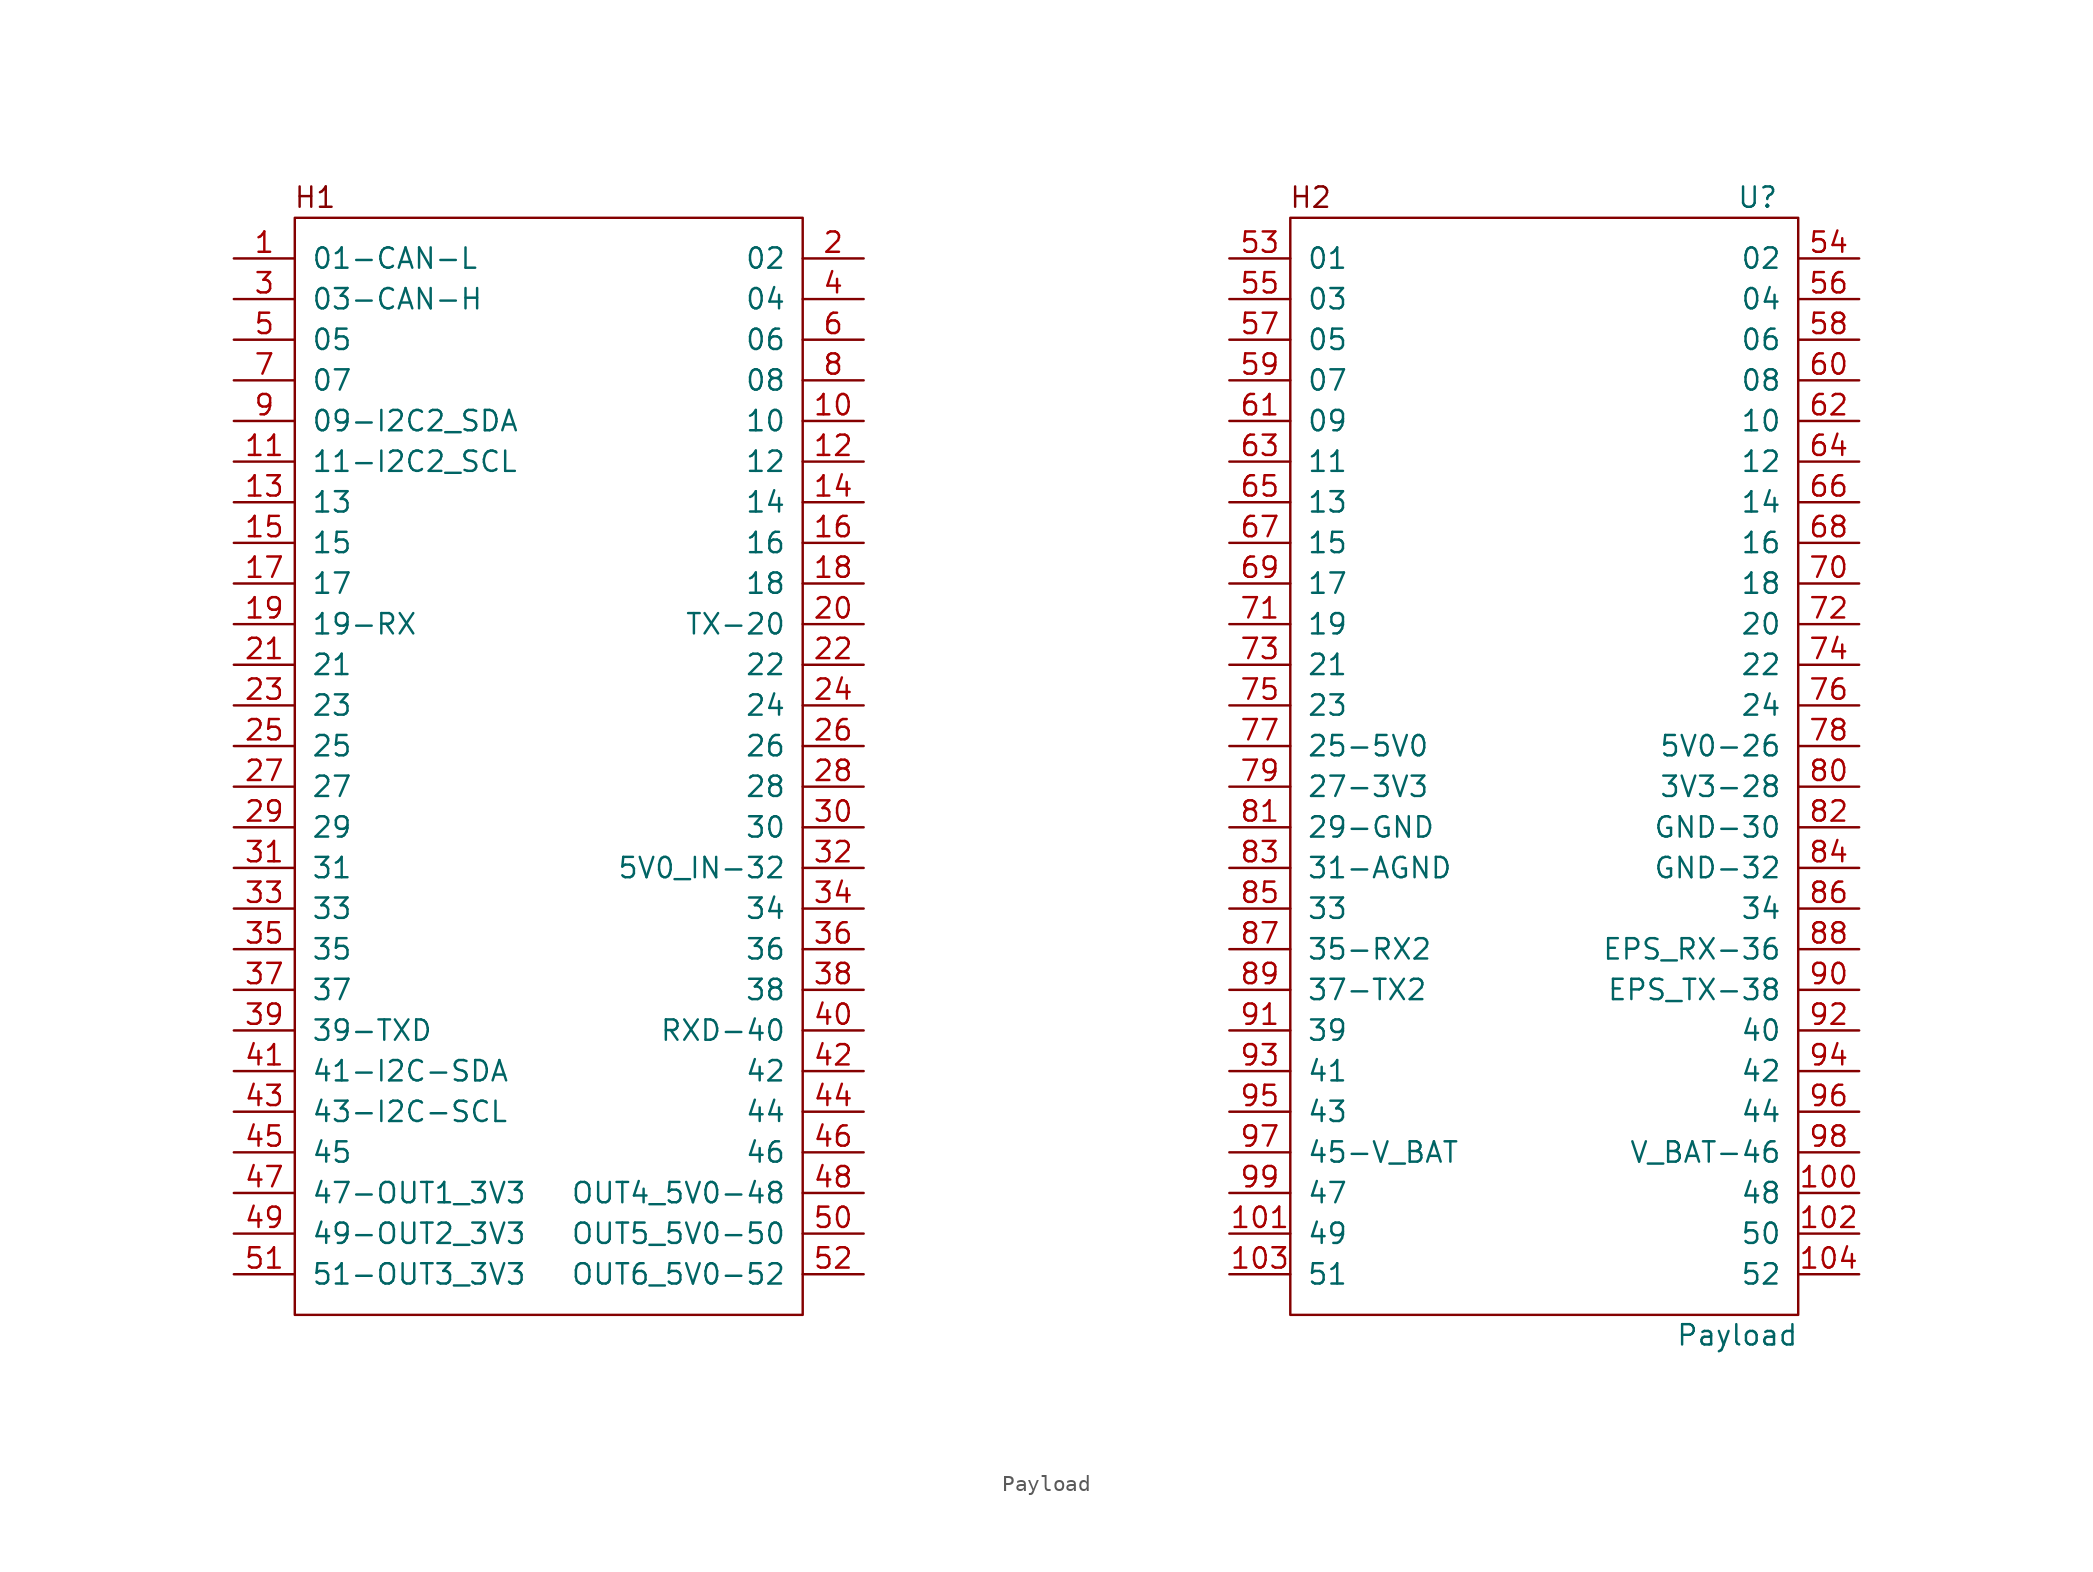
<source format=kicad_sym>
(kicad_symbol_lib
  (version 20211014)
  (generator kicad_symbol_editor)
  (symbol "Payload"
    (pin_names
      (offset 1.016))
    (property "Reference" "U"
      (at 44.45 34.29 0)
      (effects (font (size 1.27 1.27))))
    (property "Value" "Payload"
      (at 43.18 -36.83 0)
      (effects (font (size 1.27 1.27))))
    (symbol "Payload_0_0"
      (text "H1" (at -45.72 34.29 0) (effects (font (size 1.27 1.27))))
      (text "H2" (at 16.51 34.29 0) (effects (font (size 1.27 1.27)))))
    (symbol "Payload_0_1"
      (rectangle (start -46.99 33.02) (end -15.24 -35.56) (stroke (width 0) (type default) (color 0 0 0 0)) (fill (type none)))
      (rectangle (start 15.24 -35.56) (end 46.99 33.02) (stroke (width 0) (type default) (color 0 0 0 0)) (fill (type none))))
    (symbol "Payload_1_1"
      (pin bidirectional line (at -50.8 30.48 0) (length 3.81) (name "01-CAN-L" (effects (font (size 1.27 1.27)))) (number "1" (effects (font (size 1.27 1.27)))))
      (pin input line (at -11.43 20.32 180) (length 3.81) (name "10" (effects (font (size 1.27 1.27)))) (number "10" (effects (font (size 1.27 1.27)))))
      (pin output line (at 50.8 -27.94 180) (length 3.81) (name "48" (effects (font (size 1.27 1.27)))) (number "100" (effects (font (size 1.27 1.27)))))
      (pin output line (at 11.43 -30.48 0) (length 3.81) (name "49" (effects (font (size 1.27 1.27)))) (number "101" (effects (font (size 1.27 1.27)))))
      (pin output line (at 50.8 -30.48 180) (length 3.81) (name "50" (effects (font (size 1.27 1.27)))) (number "102" (effects (font (size 1.27 1.27)))))
      (pin output line (at 11.43 -33.02 0) (length 3.81) (name "51" (effects (font (size 1.27 1.27)))) (number "103" (effects (font (size 1.27 1.27)))))
      (pin output line (at 50.8 -33.02 180) (length 3.81) (name "52" (effects (font (size 1.27 1.27)))) (number "104" (effects (font (size 1.27 1.27)))))
      (pin input line (at -50.8 17.78 0) (length 3.81) (name "11-I2C2_SCL" (effects (font (size 1.27 1.27)))) (number "11" (effects (font (size 1.27 1.27)))))
      (pin input line (at -11.43 17.78 180) (length 3.81) (name "12" (effects (font (size 1.27 1.27)))) (number "12" (effects (font (size 1.27 1.27)))))
      (pin input line (at -50.8 15.24 0) (length 3.81) (name "13" (effects (font (size 1.27 1.27)))) (number "13" (effects (font (size 1.27 1.27)))))
      (pin input line (at -11.43 15.24 180) (length 3.81) (name "14" (effects (font (size 1.27 1.27)))) (number "14" (effects (font (size 1.27 1.27)))))
      (pin input line (at -50.8 12.7 0) (length 3.81) (name "15" (effects (font (size 1.27 1.27)))) (number "15" (effects (font (size 1.27 1.27)))))
      (pin input line (at -11.43 12.7 180) (length 3.81) (name "16" (effects (font (size 1.27 1.27)))) (number "16" (effects (font (size 1.27 1.27)))))
      (pin input line (at -50.8 10.16 0) (length 3.81) (name "17" (effects (font (size 1.27 1.27)))) (number "17" (effects (font (size 1.27 1.27)))))
      (pin input line (at -11.43 10.16 180) (length 3.81) (name "18" (effects (font (size 1.27 1.27)))) (number "18" (effects (font (size 1.27 1.27)))))
      (pin input line (at -50.8 7.62 0) (length 3.81) (name "19-RX" (effects (font (size 1.27 1.27)))) (number "19" (effects (font (size 1.27 1.27)))))
      (pin input line (at -11.43 30.48 180) (length 3.81) (name "02" (effects (font (size 1.27 1.27)))) (number "2" (effects (font (size 1.27 1.27)))))
      (pin output line (at -11.43 7.62 180) (length 3.81) (name "TX-20" (effects (font (size 1.27 1.27)))) (number "20" (effects (font (size 1.27 1.27)))))
      (pin input line (at -50.8 5.08 0) (length 3.81) (name "21" (effects (font (size 1.27 1.27)))) (number "21" (effects (font (size 1.27 1.27)))))
      (pin input line (at -11.43 5.08 180) (length 3.81) (name "22" (effects (font (size 1.27 1.27)))) (number "22" (effects (font (size 1.27 1.27)))))
      (pin input line (at -50.8 2.54 0) (length 3.81) (name "23" (effects (font (size 1.27 1.27)))) (number "23" (effects (font (size 1.27 1.27)))))
      (pin input line (at -11.43 2.54 180) (length 3.81) (name "24" (effects (font (size 1.27 1.27)))) (number "24" (effects (font (size 1.27 1.27)))))
      (pin input line (at -50.8 0 0) (length 3.81) (name "25" (effects (font (size 1.27 1.27)))) (number "25" (effects (font (size 1.27 1.27)))))
      (pin input line (at -11.43 0 180) (length 3.81) (name "26" (effects (font (size 1.27 1.27)))) (number "26" (effects (font (size 1.27 1.27)))))
      (pin input line (at -50.8 -2.54 0) (length 3.81) (name "27" (effects (font (size 1.27 1.27)))) (number "27" (effects (font (size 1.27 1.27)))))
      (pin input line (at -11.43 -2.54 180) (length 3.81) (name "28" (effects (font (size 1.27 1.27)))) (number "28" (effects (font (size 1.27 1.27)))))
      (pin input line (at -50.8 -5.08 0) (length 3.81) (name "29" (effects (font (size 1.27 1.27)))) (number "29" (effects (font (size 1.27 1.27)))))
      (pin bidirectional line (at -50.8 27.94 0) (length 3.81) (name "03-CAN-H" (effects (font (size 1.27 1.27)))) (number "3" (effects (font (size 1.27 1.27)))))
      (pin input line (at -11.43 -5.08 180) (length 3.81) (name "30" (effects (font (size 1.27 1.27)))) (number "30" (effects (font (size 1.27 1.27)))))
      (pin input line (at -50.8 -7.62 0) (length 3.81) (name "31" (effects (font (size 1.27 1.27)))) (number "31" (effects (font (size 1.27 1.27)))))
      (pin input line (at -11.43 -7.62 180) (length 3.81) (name "5V0_IN-32" (effects (font (size 1.27 1.27)))) (number "32" (effects (font (size 1.27 1.27)))))
      (pin input line (at -50.8 -10.16 0) (length 3.81) (name "33" (effects (font (size 1.27 1.27)))) (number "33" (effects (font (size 1.27 1.27)))))
      (pin input line (at -11.43 -10.16 180) (length 3.81) (name "34" (effects (font (size 1.27 1.27)))) (number "34" (effects (font (size 1.27 1.27)))))
      (pin input line (at -50.8 -12.7 0) (length 3.81) (name "35" (effects (font (size 1.27 1.27)))) (number "35" (effects (font (size 1.27 1.27)))))
      (pin input line (at -11.43 -12.7 180) (length 3.81) (name "36" (effects (font (size 1.27 1.27)))) (number "36" (effects (font (size 1.27 1.27)))))
      (pin input line (at -50.8 -15.24 0) (length 3.81) (name "37" (effects (font (size 1.27 1.27)))) (number "37" (effects (font (size 1.27 1.27)))))
      (pin input line (at -11.43 -15.24 180) (length 3.81) (name "38" (effects (font (size 1.27 1.27)))) (number "38" (effects (font (size 1.27 1.27)))))
      (pin output line (at -50.8 -17.78 0) (length 3.81) (name "39-TXD" (effects (font (size 1.27 1.27)))) (number "39" (effects (font (size 1.27 1.27)))))
      (pin input line (at -11.43 27.94 180) (length 3.81) (name "04" (effects (font (size 1.27 1.27)))) (number "4" (effects (font (size 1.27 1.27)))))
      (pin input line (at -11.43 -17.78 180) (length 3.81) (name "RXD-40" (effects (font (size 1.27 1.27)))) (number "40" (effects (font (size 1.27 1.27)))))
      (pin bidirectional line (at -50.8 -20.32 0) (length 3.81) (name "41-I2C-SDA" (effects (font (size 1.27 1.27)))) (number "41" (effects (font (size 1.27 1.27)))))
      (pin input line (at -11.43 -20.32 180) (length 3.81) (name "42" (effects (font (size 1.27 1.27)))) (number "42" (effects (font (size 1.27 1.27)))))
      (pin input line (at -50.8 -22.86 0) (length 3.81) (name "43-I2C-SCL" (effects (font (size 1.27 1.27)))) (number "43" (effects (font (size 1.27 1.27)))))
      (pin input line (at -11.43 -22.86 180) (length 3.81) (name "44" (effects (font (size 1.27 1.27)))) (number "44" (effects (font (size 1.27 1.27)))))
      (pin input line (at -50.8 -25.4 0) (length 3.81) (name "45" (effects (font (size 1.27 1.27)))) (number "45" (effects (font (size 1.27 1.27)))))
      (pin input line (at -11.43 -25.4 180) (length 3.81) (name "46" (effects (font (size 1.27 1.27)))) (number "46" (effects (font (size 1.27 1.27)))))
      (pin output line (at -50.8 -27.94 0) (length 3.81) (name "47-OUT1_3V3" (effects (font (size 1.27 1.27)))) (number "47" (effects (font (size 1.27 1.27)))))
      (pin output line (at -11.43 -27.94 180) (length 3.81) (name "OUT4_5V0-48" (effects (font (size 1.27 1.27)))) (number "48" (effects (font (size 1.27 1.27)))))
      (pin output line (at -50.8 -30.48 0) (length 3.81) (name "49-OUT2_3V3" (effects (font (size 1.27 1.27)))) (number "49" (effects (font (size 1.27 1.27)))))
      (pin input line (at -50.8 25.4 0) (length 3.81) (name "05" (effects (font (size 1.27 1.27)))) (number "5" (effects (font (size 1.27 1.27)))))
      (pin output line (at -11.43 -30.48 180) (length 3.81) (name "OUT5_5V0-50" (effects (font (size 1.27 1.27)))) (number "50" (effects (font (size 1.27 1.27)))))
      (pin output line (at -50.8 -33.02 0) (length 3.81) (name "51-OUT3_3V3" (effects (font (size 1.27 1.27)))) (number "51" (effects (font (size 1.27 1.27)))))
      (pin output line (at -11.43 -33.02 180) (length 3.81) (name "OUT6_5V0-52" (effects (font (size 1.27 1.27)))) (number "52" (effects (font (size 1.27 1.27)))))
      (pin output line (at 11.43 30.48 0) (length 3.81) (name "01" (effects (font (size 1.27 1.27)))) (number "53" (effects (font (size 1.27 1.27)))))
      (pin output line (at 50.8 30.48 180) (length 3.81) (name "02" (effects (font (size 1.27 1.27)))) (number "54" (effects (font (size 1.27 1.27)))))
      (pin output line (at 11.43 27.94 0) (length 3.81) (name "03" (effects (font (size 1.27 1.27)))) (number "55" (effects (font (size 1.27 1.27)))))
      (pin output line (at 50.8 27.94 180) (length 3.81) (name "04" (effects (font (size 1.27 1.27)))) (number "56" (effects (font (size 1.27 1.27)))))
      (pin output line (at 11.43 25.4 0) (length 3.81) (name "05" (effects (font (size 1.27 1.27)))) (number "57" (effects (font (size 1.27 1.27)))))
      (pin output line (at 50.8 25.4 180) (length 3.81) (name "06" (effects (font (size 1.27 1.27)))) (number "58" (effects (font (size 1.27 1.27)))))
      (pin output line (at 11.43 22.86 0) (length 3.81) (name "07" (effects (font (size 1.27 1.27)))) (number "59" (effects (font (size 1.27 1.27)))))
      (pin input line (at -11.43 25.4 180) (length 3.81) (name "06" (effects (font (size 1.27 1.27)))) (number "6" (effects (font (size 1.27 1.27)))))
      (pin output line (at 50.8 22.86 180) (length 3.81) (name "08" (effects (font (size 1.27 1.27)))) (number "60" (effects (font (size 1.27 1.27)))))
      (pin output line (at 11.43 20.32 0) (length 3.81) (name "09" (effects (font (size 1.27 1.27)))) (number "61" (effects (font (size 1.27 1.27)))))
      (pin output line (at 50.8 20.32 180) (length 3.81) (name "10" (effects (font (size 1.27 1.27)))) (number "62" (effects (font (size 1.27 1.27)))))
      (pin output line (at 11.43 17.78 0) (length 3.81) (name "11" (effects (font (size 1.27 1.27)))) (number "63" (effects (font (size 1.27 1.27)))))
      (pin output line (at 50.8 17.78 180) (length 3.81) (name "12" (effects (font (size 1.27 1.27)))) (number "64" (effects (font (size 1.27 1.27)))))
      (pin output line (at 11.43 15.24 0) (length 3.81) (name "13" (effects (font (size 1.27 1.27)))) (number "65" (effects (font (size 1.27 1.27)))))
      (pin output line (at 50.8 15.24 180) (length 3.81) (name "14" (effects (font (size 1.27 1.27)))) (number "66" (effects (font (size 1.27 1.27)))))
      (pin output line (at 11.43 12.7 0) (length 3.81) (name "15" (effects (font (size 1.27 1.27)))) (number "67" (effects (font (size 1.27 1.27)))))
      (pin output line (at 50.8 12.7 180) (length 3.81) (name "16" (effects (font (size 1.27 1.27)))) (number "68" (effects (font (size 1.27 1.27)))))
      (pin output line (at 11.43 10.16 0) (length 3.81) (name "17" (effects (font (size 1.27 1.27)))) (number "69" (effects (font (size 1.27 1.27)))))
      (pin input line (at -50.8 22.86 0) (length 3.81) (name "07" (effects (font (size 1.27 1.27)))) (number "7" (effects (font (size 1.27 1.27)))))
      (pin output line (at 50.8 10.16 180) (length 3.81) (name "18" (effects (font (size 1.27 1.27)))) (number "70" (effects (font (size 1.27 1.27)))))
      (pin output line (at 11.43 7.62 0) (length 3.81) (name "19" (effects (font (size 1.27 1.27)))) (number "71" (effects (font (size 1.27 1.27)))))
      (pin output line (at 50.8 7.62 180) (length 3.81) (name "20" (effects (font (size 1.27 1.27)))) (number "72" (effects (font (size 1.27 1.27)))))
      (pin output line (at 11.43 5.08 0) (length 3.81) (name "21" (effects (font (size 1.27 1.27)))) (number "73" (effects (font (size 1.27 1.27)))))
      (pin output line (at 50.8 5.08 180) (length 3.81) (name "22" (effects (font (size 1.27 1.27)))) (number "74" (effects (font (size 1.27 1.27)))))
      (pin output line (at 11.43 2.54 0) (length 3.81) (name "23" (effects (font (size 1.27 1.27)))) (number "75" (effects (font (size 1.27 1.27)))))
      (pin output line (at 50.8 2.54 180) (length 3.81) (name "24" (effects (font (size 1.27 1.27)))) (number "76" (effects (font (size 1.27 1.27)))))
      (pin output line (at 11.43 0 0) (length 3.81) (name "25-5V0" (effects (font (size 1.27 1.27)))) (number "77" (effects (font (size 1.27 1.27)))))
      (pin output line (at 50.8 0 180) (length 3.81) (name "5V0-26" (effects (font (size 1.27 1.27)))) (number "78" (effects (font (size 1.27 1.27)))))
      (pin output line (at 11.43 -2.54 0) (length 3.81) (name "27-3V3" (effects (font (size 1.27 1.27)))) (number "79" (effects (font (size 1.27 1.27)))))
      (pin input line (at -11.43 22.86 180) (length 3.81) (name "08" (effects (font (size 1.27 1.27)))) (number "8" (effects (font (size 1.27 1.27)))))
      (pin output line (at 50.8 -2.54 180) (length 3.81) (name "3V3-28" (effects (font (size 1.27 1.27)))) (number "80" (effects (font (size 1.27 1.27)))))
      (pin output line (at 11.43 -5.08 0) (length 3.81) (name "29-GND" (effects (font (size 1.27 1.27)))) (number "81" (effects (font (size 1.27 1.27)))))
      (pin output line (at 50.8 -5.08 180) (length 3.81) (name "GND-30" (effects (font (size 1.27 1.27)))) (number "82" (effects (font (size 1.27 1.27)))))
      (pin output line (at 11.43 -7.62 0) (length 3.81) (name "31-AGND" (effects (font (size 1.27 1.27)))) (number "83" (effects (font (size 1.27 1.27)))))
      (pin output line (at 50.8 -7.62 180) (length 3.81) (name "GND-32" (effects (font (size 1.27 1.27)))) (number "84" (effects (font (size 1.27 1.27)))))
      (pin output line (at 11.43 -10.16 0) (length 3.81) (name "33" (effects (font (size 1.27 1.27)))) (number "85" (effects (font (size 1.27 1.27)))))
      (pin output line (at 50.8 -10.16 180) (length 3.81) (name "34" (effects (font (size 1.27 1.27)))) (number "86" (effects (font (size 1.27 1.27)))))
      (pin input line (at 11.43 -12.7 0) (length 3.81) (name "35-RX2" (effects (font (size 1.27 1.27)))) (number "87" (effects (font (size 1.27 1.27)))))
      (pin input line (at 50.8 -12.7 180) (length 3.81) (name "EPS_RX-36" (effects (font (size 1.27 1.27)))) (number "88" (effects (font (size 1.27 1.27)))))
      (pin output line (at 11.43 -15.24 0) (length 3.81) (name "37-TX2" (effects (font (size 1.27 1.27)))) (number "89" (effects (font (size 1.27 1.27)))))
      (pin bidirectional line (at -50.8 20.32 0) (length 3.81) (name "09-I2C2_SDA" (effects (font (size 1.27 1.27)))) (number "9" (effects (font (size 1.27 1.27)))))
      (pin output line (at 50.8 -15.24 180) (length 3.81) (name "EPS_TX-38" (effects (font (size 1.27 1.27)))) (number "90" (effects (font (size 1.27 1.27)))))
      (pin output line (at 11.43 -17.78 0) (length 3.81) (name "39" (effects (font (size 1.27 1.27)))) (number "91" (effects (font (size 1.27 1.27)))))
      (pin output line (at 50.8 -17.78 180) (length 3.81) (name "40" (effects (font (size 1.27 1.27)))) (number "92" (effects (font (size 1.27 1.27)))))
      (pin output line (at 11.43 -20.32 0) (length 3.81) (name "41" (effects (font (size 1.27 1.27)))) (number "93" (effects (font (size 1.27 1.27)))))
      (pin output line (at 50.8 -20.32 180) (length 3.81) (name "42" (effects (font (size 1.27 1.27)))) (number "94" (effects (font (size 1.27 1.27)))))
      (pin output line (at 11.43 -22.86 0) (length 3.81) (name "43" (effects (font (size 1.27 1.27)))) (number "95" (effects (font (size 1.27 1.27)))))
      (pin output line (at 50.8 -22.86 180) (length 3.81) (name "44" (effects (font (size 1.27 1.27)))) (number "96" (effects (font (size 1.27 1.27)))))
      (pin output line (at 11.43 -25.4 0) (length 3.81) (name "45-V_BAT" (effects (font (size 1.27 1.27)))) (number "97" (effects (font (size 1.27 1.27)))))
      (pin output line (at 50.8 -25.4 180) (length 3.81) (name "V_BAT-46" (effects (font (size 1.27 1.27)))) (number "98" (effects (font (size 1.27 1.27)))))
      (pin output line (at 11.43 -27.94 0) (length 3.81) (name "47" (effects (font (size 1.27 1.27)))) (number "99" (effects (font (size 1.27 1.27))))))))
</source>
